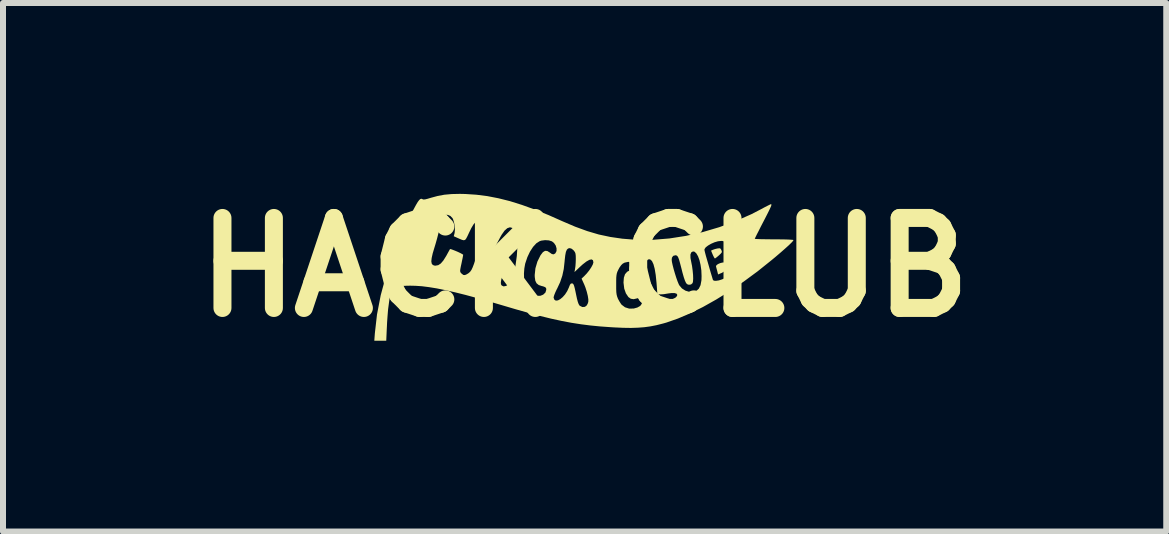
<source format=kicad_pcb>
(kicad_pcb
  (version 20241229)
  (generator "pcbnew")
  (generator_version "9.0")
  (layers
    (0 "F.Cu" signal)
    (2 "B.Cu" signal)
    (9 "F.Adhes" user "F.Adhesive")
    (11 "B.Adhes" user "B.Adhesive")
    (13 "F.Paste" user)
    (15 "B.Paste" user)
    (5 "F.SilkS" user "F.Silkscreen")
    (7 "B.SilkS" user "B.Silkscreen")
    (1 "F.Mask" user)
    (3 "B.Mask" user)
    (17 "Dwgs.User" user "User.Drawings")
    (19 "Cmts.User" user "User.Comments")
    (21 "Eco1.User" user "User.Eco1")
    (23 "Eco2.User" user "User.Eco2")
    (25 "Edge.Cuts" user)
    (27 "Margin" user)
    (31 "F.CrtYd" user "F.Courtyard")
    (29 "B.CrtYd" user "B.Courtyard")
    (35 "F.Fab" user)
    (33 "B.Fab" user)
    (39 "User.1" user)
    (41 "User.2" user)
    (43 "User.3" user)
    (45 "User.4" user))
  (footprint "HACK CLUB"
    (layer "F.Cu")
    (at 6.693 1.404)
    (property "Reference" "HACK CLUB" (at 0 0 0) (layer "F.SilkS") (effects (font (size 1.5 1.5) (thickness 0.3))))
    (attr board_only exclude_from_pos_files exclude_from_bom)
    (fp_poly (pts (xy 2.355 -0.069) (xy 2.378 -0.037) (xy 2.383 -0.003) (xy 2.371 0.029) (xy 2.338 0.062) (xy 2.29 0.092) (xy 2.273 0.099) (xy 2.224 0.12) (xy 2.21 0.063) (xy 2.199 0.023) (xy 2.191 -0.008) (xy 2.189 -0.014) (xy 2.196 -0.033) (xy 2.222 -0.053) (xy 2.259 -0.069) (xy 2.3 -0.079) (xy 2.316 -0.08)) (stroke (width 0) (type solid)) (fill yes) (layer "F.SilkS"))
    (fp_poly (pts (xy 2.266 -0.309) (xy 2.279 -0.286) (xy 2.287 -0.264) (xy 2.285 -0.247) (xy 2.268 -0.226) (xy 2.238 -0.198) (xy 2.205 -0.17) (xy 2.18 -0.151) (xy 2.171 -0.146) (xy 2.161 -0.158) (xy 2.146 -0.186) (xy 2.134 -0.212) (xy 2.107 -0.277) (xy 2.137 -0.291) (xy 2.172 -0.303) (xy 2.213 -0.313) (xy 2.215 -0.313) (xy 2.248 -0.317)) (stroke (width 0) (type solid)) (fill yes) (layer "F.SilkS"))
    (fp_poly (pts (xy -1.256 -0.414) (xy -1.252 -0.38) (xy -1.252 -0.331) (xy -1.256 -0.272) (xy -1.26 -0.23) (xy -1.267 -0.187) (xy -1.279 -0.166) (xy -1.304 -0.161) (xy -1.347 -0.168) (xy -1.351 -0.168) (xy -1.39 -0.176) (xy -1.414 -0.184) (xy -1.424 -0.195) (xy -1.418 -0.214) (xy -1.399 -0.246) (xy -1.365 -0.295) (xy -1.357 -0.307) (xy -1.323 -0.355) (xy -1.293 -0.394) (xy -1.272 -0.419) (xy -1.263 -0.426)) (stroke (width 0) (type solid)) (fill yes) (layer "F.SilkS"))
    (fp_poly (pts (xy -1.987 -1.221) (xy -1.805 -1.209) (xy -1.623 -1.186) (xy -1.437 -1.15) (xy -1.245 -1.102) (xy -1.044 -1.039) (xy -0.831 -0.962) (xy -0.602 -0.87) (xy -0.368 -0.766) (xy -0.157 -0.676) (xy 0.043 -0.603) (xy 0.236 -0.546) (xy 0.429 -0.505) (xy 0.629 -0.476) (xy 0.841 -0.459) (xy 0.885 -0.457) (xy 1.144 -0.458) (xy 1.413 -0.48) (xy 1.689 -0.523) (xy 1.967 -0.586) (xy 2.244 -0.668) (xy 2.515 -0.768) (xy 2.778 -0.884) (xy 2.935 -0.965) (xy 2.994 -0.997) (xy 3.045 -1.023) (xy 3.083 -1.042) (xy 3.103 -1.051) (xy 3.105 -1.052) (xy 3.111 -1.049) (xy 3.113 -1.04) (xy 3.108 -1.021) (xy 3.095 -0.991) (xy 3.074 -0.946) (xy 3.043 -0.884) (xy 3.001 -0.802) (xy 2.975 -0.752) (xy 2.935 -0.675) (xy 2.9 -0.605) (xy 2.87 -0.547) (xy 2.849 -0.504) (xy 2.837 -0.479) (xy 2.836 -0.474) (xy 2.848 -0.472) (xy 2.884 -0.47) (xy 2.939 -0.468) (xy 3.01 -0.467) (xy 3.092 -0.466) (xy 3.154 -0.466) (xy 3.244 -0.465) (xy 3.324 -0.464) (xy 3.392 -0.462) (xy 3.442 -0.459) (xy 3.473 -0.456) (xy 3.48 -0.454) (xy 3.474 -0.44) (xy 3.448 -0.411) (xy 3.404 -0.368) (xy 3.343 -0.313) (xy 3.268 -0.247) (xy 3.179 -0.171) (xy 3.115 -0.118) (xy 2.884 0.067) (xy 2.652 0.238) (xy 2.421 0.396) (xy 2.194 0.537) (xy 1.972 0.662) (xy 1.758 0.768) (xy 1.554 0.855) (xy 1.362 0.922) (xy 1.305 0.938) (xy 1.199 0.965) (xy 1.097 0.985) (xy 0.995 0.999) (xy 0.889 1.007) (xy 0.772 1.011) (xy 0.641 1.009) (xy 0.489 1.002) (xy 0.426 0.998) (xy 0.258 0.986) (xy 0.096 0.97) (xy -0.062 0.95) (xy -0.222 0.925) (xy -0.385 0.894) (xy -0.556 0.857) (xy -0.739 0.812) (xy -0.936 0.76) (xy -1.152 0.699) (xy -1.331 0.646) (xy -1.572 0.575) (xy -1.789 0.514) (xy -1.812 0.508) (xy -0.517 0.508) (xy -0.503 0.542) (xy -0.479 0.556) (xy -0.445 0.552) (xy -0.407 0.532) (xy -0.366 0.498) (xy -0.326 0.453) (xy -0.29 0.397) (xy -0.261 0.334) (xy -0.26 0.33) (xy -0.244 0.291) (xy -0.229 0.272) (xy -0.211 0.269) (xy -0.208 0.269) (xy -0.196 0.273) (xy -0.186 0.285) (xy -0.176 0.308) (xy -0.165 0.348) (xy -0.152 0.407) (xy -0.144 0.446) (xy -0.128 0.522) (xy -0.114 0.575) (xy -0.101 0.611) (xy -0.088 0.634) (xy -0.08 0.642) (xy -0.038 0.663) (xy 0.003 0.66) (xy 0.031 0.641) (xy 0.05 0.61) (xy 0.061 0.577) (xy 0.062 0.536) (xy 0.053 0.477) (xy 0.036 0.408) (xy 0.013 0.336) (xy -0.007 0.286) (xy 0.526 0.286) (xy 0.526 0.36) (xy 0.528 0.414) (xy 0.533 0.454) (xy 0.541 0.486) (xy 0.552 0.516) (xy 0.556 0.526) (xy 0.58 0.57) (xy 0.605 0.609) (xy 0.616 0.624) (xy 0.673 0.667) (xy 0.742 0.689) (xy 0.818 0.688) (xy 0.879 0.671) (xy 0.927 0.644) (xy 0.952 0.609) (xy 0.958 0.568) (xy 0.949 0.53) (xy 0.923 0.513) (xy 0.883 0.516) (xy 0.877 0.518) (xy 0.817 0.532) (xy 0.77 0.525) (xy 0.73 0.497) (xy 0.729 0.496) (xy 0.688 0.435) (xy 0.66 0.356) (xy 0.649 0.264) (xy 0.648 0.253) (xy 0.654 0.174) (xy 0.673 0.116) (xy 0.707 0.077) (xy 0.721 0.068) (xy 0.747 0.056) (xy 0.77 0.057) (xy 0.802 0.072) (xy 0.802 0.073) (xy 0.847 0.089) (xy 0.877 0.084) (xy 0.891 0.061) (xy 0.886 0.021) (xy 0.873 -0.01) (xy 1.029 -0.01) (xy 1.033 0.059) (xy 1.042 0.148) (xy 1.055 0.259) (xy 1.065 0.339) (xy 1.077 0.429) (xy 1.088 0.496) (xy 1.098 0.542) (xy 1.107 0.57) (xy 1.116 0.583) (xy 1.141 0.593) (xy 1.184 0.594) (xy 1.245 0.586) (xy 1.328 0.569) (xy 1.383 0.556) (xy 1.46 0.533) (xy 1.512 0.508) (xy 1.539 0.48) (xy 1.544 0.46) (xy 1.532 0.44) (xy 1.498 0.43) (xy 1.446 0.43) (xy 1.391 0.437) (xy 1.317 0.449) (xy 1.261 0.452) (xy 1.225 0.448) (xy 1.211 0.437) (xy 1.211 0.436) (xy 1.21 0.417) (xy 1.207 0.377) (xy 1.203 0.322) (xy 1.198 0.259) (xy 1.185 0.13) (xy 1.168 0.027) (xy 1.147 -0.051) (xy 1.122 -0.104) (xy 1.099 -0.125) (xy 1.451 -0.125) (xy 1.455 -0.089) (xy 1.467 -0.034) (xy 1.484 0.032) (xy 1.505 0.104) (xy 1.527 0.174) (xy 1.549 0.236) (xy 1.569 0.284) (xy 1.578 0.301) (xy 1.622 0.353) (xy 1.68 0.39) (xy 1.746 0.41) (xy 1.812 0.41) (xy 1.862 0.394) (xy 1.903 0.357) (xy 1.932 0.298) (xy 1.947 0.216) (xy 1.949 0.147) (xy 1.945 0.05) (xy 1.932 -0.039) (xy 1.914 -0.118) (xy 1.89 -0.183) (xy 1.862 -0.231) (xy 1.832 -0.259) (xy 1.806 -0.264) (xy 1.777 -0.248) (xy 1.763 -0.212) (xy 1.764 -0.154) (xy 1.776 -0.091) (xy 1.79 -0.021) (xy 1.8 0.053) (xy 1.807 0.125) (xy 1.809 0.188) (xy 1.806 0.237) (xy 1.799 0.264) (xy 1.773 0.287) (xy 1.737 0.292) (xy 1.708 0.282) (xy 1.691 0.263) (xy 1.673 0.226) (xy 1.653 0.168) (xy 1.63 0.087) (xy 1.612 0.015) (xy 1.591 -0.065) (xy 1.575 -0.123) (xy 1.561 -0.161) (xy 1.548 -0.184) (xy 1.533 -0.196) (xy 1.516 -0.2) (xy 1.513 -0.2) (xy 1.476 -0.19) (xy 1.455 -0.16) (xy 1.451 -0.125) (xy 1.099 -0.125) (xy 1.093 -0.13) (xy 1.078 -0.133) (xy 1.059 -0.13) (xy 1.044 -0.118) (xy 1.035 -0.096) (xy 1.03 -0.06) (xy 1.029 -0.01) (xy 0.873 -0.01) (xy 0.872 -0.014) (xy 0.836 -0.057) (xy 0.785 -0.083) (xy 0.726 -0.09) (xy 0.666 -0.077) (xy 0.635 -0.06) (xy 0.61 -0.036) (xy 0.582 0.003) (xy 0.563 0.038) (xy 0.547 0.071) (xy 0.537 0.1) (xy 0.531 0.132) (xy 0.527 0.173) (xy 0.526 0.23) (xy 0.526 0.286) (xy -0.007 0.286) (xy -0.014 0.271) (xy -0.051 0.189) (xy -0.01 0.151) (xy 0.034 0.105) (xy 0.076 0.053) (xy 0.111 0.00049) (xy 0.136 -0.046) (xy 0.146 -0.079) (xy 0.146 -0.082) (xy 0.139 -0.117) (xy 0.116 -0.131) (xy 0.08 -0.124) (xy 0.03 -0.096) (xy -0.032 -0.048) (xy -0.077 -0.007) (xy -0.169 0.08) (xy -0.159 0.023) (xy -0.153 -0.019) (xy -0.149 -0.076) (xy -0.147 -0.135) (xy -0.147 -0.135) (xy -0.148 -0.19) (xy -0.152 -0.226) (xy -0.161 -0.251) (xy -0.178 -0.275) (xy -0.181 -0.279) (xy -0.197 -0.293) (xy 1.997 -0.293) (xy 1.999 -0.277) (xy 2.007 -0.244) (xy 2.02 -0.194) (xy 2.04 -0.125) (xy 2.066 -0.035) (xy 2.098 0.077) (xy 2.138 0.21) (xy 2.154 0.224) (xy 2.189 0.226) (xy 2.237 0.219) (xy 2.29 0.202) (xy 2.327 0.186) (xy 2.4 0.141) (xy 2.453 0.091) (xy 2.483 0.038) (xy 2.485 0.031) (xy 2.485 -0.017) (xy 2.47 -0.071) (xy 2.442 -0.124) (xy 2.407 -0.166) (xy 2.371 -0.188) (xy 2.359 -0.198) (xy 2.366 -0.219) (xy 2.368 -0.223) (xy 2.381 -0.269) (xy 2.382 -0.325) (xy 2.37 -0.377) (xy 2.355 -0.404) (xy 2.328 -0.43) (xy 2.291 -0.439) (xy 2.276 -0.439) (xy 2.222 -0.433) (xy 2.164 -0.416) (xy 2.107 -0.391) (xy 2.057 -0.362) (xy 2.018 -0.332) (xy 1.998 -0.302) (xy 1.997 -0.293) (xy -0.197 -0.293) (xy -0.215 -0.308) (xy -0.247 -0.319) (xy -0.247 -0.319) (xy -0.275 -0.313) (xy -0.296 -0.293) (xy -0.312 -0.256) (xy -0.323 -0.199) (xy -0.332 -0.12) (xy -0.334 -0.097) (xy -0.348 0.03) (xy -0.372 0.141) (xy -0.408 0.248) (xy -0.46 0.36) (xy -0.462 0.362) (xy -0.487 0.415) (xy -0.506 0.462) (xy -0.516 0.496) (xy -0.517 0.508) (xy -1.812 0.508) (xy -1.985 0.461) (xy -2.162 0.417) (xy -2.322 0.381) (xy -2.465 0.352) (xy -2.595 0.331) (xy -2.713 0.316) (xy -2.82 0.309) (xy -2.906 0.307) (xy -2.966 0.308) (xy -3.03 0.311) (xy -3.093 0.316) (xy -3.149 0.322) (xy -3.191 0.328) (xy -3.214 0.334) (xy -3.216 0.336) (xy -3.221 0.351) (xy -3.228 0.388) (xy -3.238 0.441) (xy -3.248 0.503) (xy -3.258 0.571) (xy -3.267 0.639) (xy -3.275 0.699) (xy -3.28 0.757) (xy -3.286 0.834) (xy -3.292 0.919) (xy -3.296 1.003) (xy -3.297 1.022) (xy -3.306 1.225) (xy -3.405 1.225) (xy -3.505 1.225) (xy -3.496 1.102) (xy -3.46 0.786) (xy -3.398 0.465) (xy -3.31 0.139) (xy -1.728 0.139) (xy -1.716 0.171) (xy -1.691 0.184) (xy -1.658 0.18) (xy -1.62 0.16) (xy -1.581 0.126) (xy -1.546 0.08) (xy -1.535 0.061) (xy -1.523 0.04) (xy -1.509 0.03) (xy -1.485 0.027) (xy -1.444 0.031) (xy -1.434 0.032) (xy -1.391 0.037) (xy -1.359 0.042) (xy -1.348 0.045) (xy -1.349 0.06) (xy -1.357 0.093) (xy -1.369 0.137) (xy -1.37 0.14) (xy -1.389 0.206) (xy -1.396 0.252) (xy -1.394 0.284) (xy -1.382 0.304) (xy -1.35 0.319) (xy -1.309 0.311) (xy -1.264 0.282) (xy -1.258 0.276) (xy -1.231 0.247) (xy -1.211 0.212) (xy -1.194 0.163) (xy -1.185 0.129) (xy -1.179 0.103) (xy -1.011 0.103) (xy -1.009 0.185) (xy -0.999 0.261) (xy -0.983 0.322) (xy -0.976 0.339) (xy -0.938 0.397) (xy -0.894 0.436) (xy -0.843 0.46) (xy -0.784 0.476) (xy -0.736 0.475) (xy -0.692 0.457) (xy -0.69 0.456) (xy -0.653 0.421) (xy -0.639 0.375) (xy -0.641 0.351) (xy -0.656 0.332) (xy -0.695 0.317) (xy -0.711 0.314) (xy -0.765 0.296) (xy -0.801 0.267) (xy -0.822 0.224) (xy -0.831 0.162) (xy -0.832 0.129) (xy -0.82 0.017) (xy -0.787 -0.095) (xy -0.736 -0.198) (xy -0.732 -0.204) (xy -0.695 -0.252) (xy -0.659 -0.274) (xy -0.622 -0.271) (xy -0.585 -0.248) (xy -0.547 -0.221) (xy -0.518 -0.215) (xy -0.492 -0.229) (xy -0.487 -0.234) (xy -0.468 -0.27) (xy -0.468 -0.315) (xy -0.482 -0.363) (xy -0.511 -0.405) (xy -0.545 -0.432) (xy -0.596 -0.448) (xy -0.659 -0.452) (xy -0.721 -0.444) (xy -0.749 -0.435) (xy -0.805 -0.399) (xy -0.859 -0.34) (xy -0.91 -0.262) (xy -0.954 -0.169) (xy -0.989 -0.065) (xy -0.992 -0.052) (xy -1.005 0.021) (xy -1.011 0.103) (xy -1.179 0.103) (xy -1.152 -0.029) (xy -1.13 -0.189) (xy -1.12 -0.342) (xy -1.121 -0.421) (xy -1.124 -0.488) (xy -1.128 -0.534) (xy -1.134 -0.565) (xy -1.144 -0.589) (xy -1.159 -0.612) (xy -1.163 -0.618) (xy -1.203 -0.655) (xy -1.245 -0.666) (xy -1.289 -0.651) (xy -1.335 -0.61) (xy -1.382 -0.543) (xy -1.405 -0.503) (xy -1.427 -0.461) (xy -1.459 -0.401) (xy -1.498 -0.329) (xy -1.542 -0.249) (xy -1.586 -0.167) (xy -1.594 -0.154) (xy -1.643 -0.064) (xy -1.679 0.006) (xy -1.705 0.059) (xy -1.72 0.098) (xy -1.727 0.125) (xy -1.728 0.139) (xy -3.31 0.139) (xy -3.31 0.137) (xy -3.23 -0.099) (xy -2.555 -0.099) (xy -2.548 -0.06) (xy -2.529 -0.037) (xy -2.498 -0.027) (xy -2.483 -0.027) (xy -2.439 -0.035) (xy -2.397 -0.063) (xy -2.354 -0.113) (xy -2.309 -0.185) (xy -2.302 -0.197) (xy -2.277 -0.243) (xy -2.257 -0.279) (xy -2.245 -0.3) (xy -2.243 -0.303) (xy -2.229 -0.302) (xy -2.198 -0.291) (xy -2.157 -0.275) (xy -2.112 -0.256) (xy -2.07 -0.236) (xy -2.039 -0.219) (xy -2.024 -0.209) (xy -2.024 -0.208) (xy -2.027 -0.189) (xy -2.034 -0.151) (xy -2.045 -0.1) (xy -2.05 -0.074) (xy -2.064 -0.01) (xy -2.072 0.033) (xy -2.075 0.061) (xy -2.071 0.08) (xy -2.062 0.094) (xy -2.05 0.106) (xy -2.022 0.128) (xy -1.995 0.13) (xy -1.966 0.118) (xy -1.935 0.099) (xy -1.909 0.076) (xy -1.886 0.044) (xy -1.865 -0.001) (xy -1.841 -0.064) (xy -1.816 -0.139) (xy -1.782 -0.247) (xy -1.751 -0.351) (xy -1.724 -0.448) (xy -1.703 -0.533) (xy -1.687 -0.603) (xy -1.679 -0.654) (xy -1.677 -0.672) (xy -1.686 -0.715) (xy -1.712 -0.745) (xy -1.75 -0.766) (xy -1.784 -0.77) (xy -1.817 -0.753) (xy -1.852 -0.714) (xy -1.889 -0.652) (xy -1.924 -0.58) (xy -1.953 -0.518) (xy -1.974 -0.478) (xy -1.992 -0.456) (xy -2.014 -0.45) (xy -2.044 -0.457) (xy -2.087 -0.475) (xy -2.112 -0.486) (xy -2.181 -0.517) (xy -2.167 -0.571) (xy -2.162 -0.623) (xy -2.165 -0.687) (xy -2.177 -0.75) (xy -2.194 -0.804) (xy -2.204 -0.821) (xy -2.237 -0.855) (xy -2.279 -0.873) (xy -2.321 -0.874) (xy -2.355 -0.857) (xy -2.369 -0.84) (xy -2.377 -0.817) (xy -2.388 -0.775) (xy -2.402 -0.719) (xy -2.416 -0.654) (xy -2.416 -0.654) (xy -2.435 -0.573) (xy -2.459 -0.479) (xy -2.485 -0.387) (xy -2.503 -0.328) (xy -2.532 -0.231) (xy -2.549 -0.155) (xy -2.555 -0.099) (xy -3.23 -0.099) (xy -3.196 -0.197) (xy -3.057 -0.538) (xy -2.894 -0.88) (xy -2.847 -0.971) (xy -2.81 -1.039) (xy -2.781 -1.088) (xy -2.757 -1.12) (xy -2.738 -1.137) (xy -2.721 -1.142) (xy -2.705 -1.136) (xy -2.703 -1.135) (xy -2.686 -1.129) (xy -2.659 -1.131) (xy -2.618 -1.141) (xy -2.561 -1.158) (xy -2.45 -1.188) (xy -2.337 -1.209) (xy -2.215 -1.22) (xy -2.078 -1.223)) (stroke (width 0) (type solid)) (fill yes) (layer "F.SilkS")))
  (gr_rect
    (start -3 -3)
    (end 16.386 5.808)
    (stroke (width 0.1) (type default))
    (fill no)
    (layer "Edge.Cuts")))
</source>
